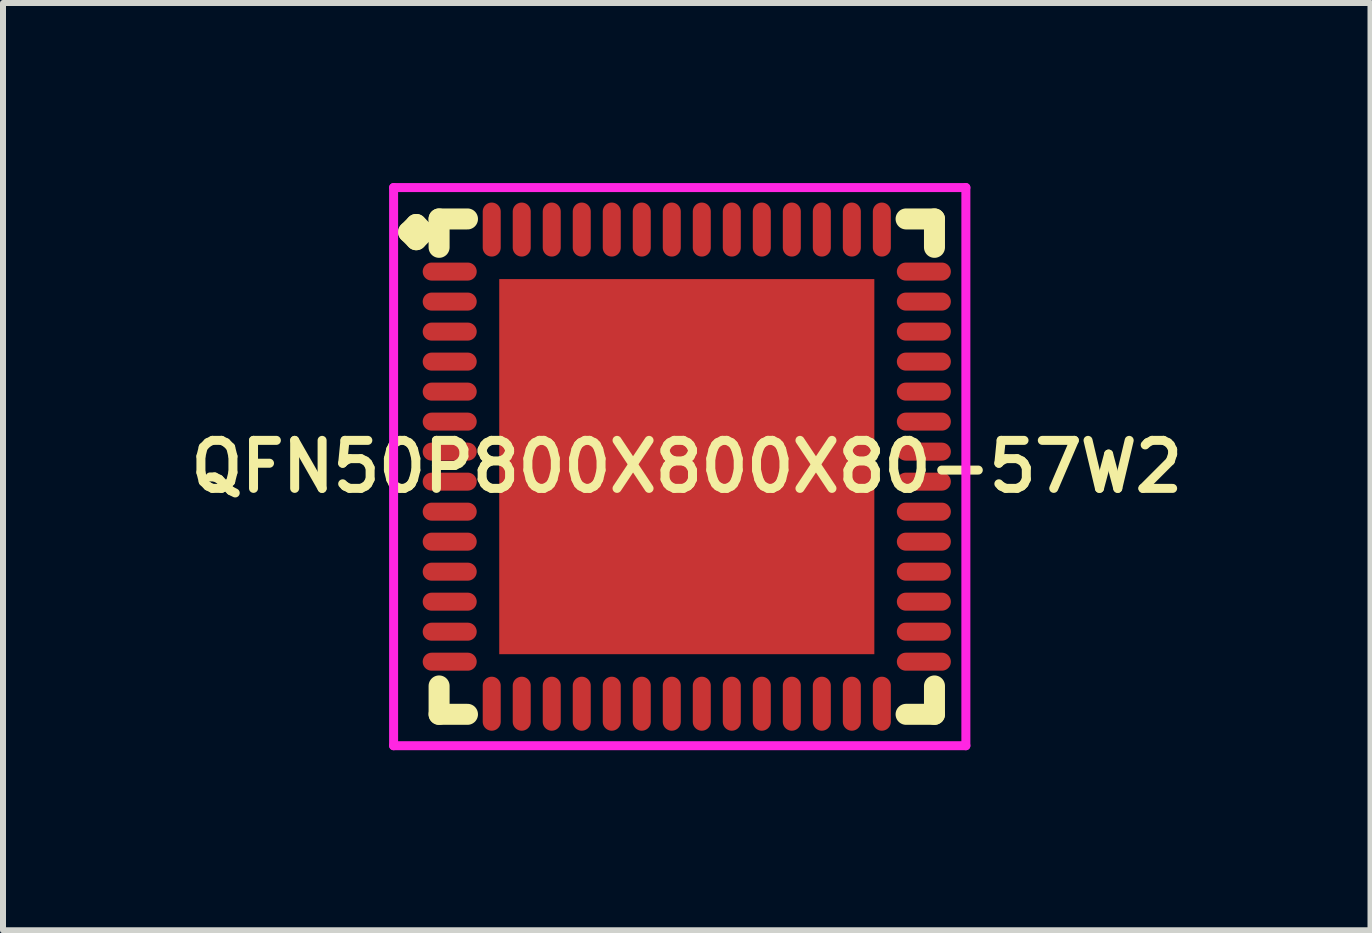
<source format=kicad_pcb>
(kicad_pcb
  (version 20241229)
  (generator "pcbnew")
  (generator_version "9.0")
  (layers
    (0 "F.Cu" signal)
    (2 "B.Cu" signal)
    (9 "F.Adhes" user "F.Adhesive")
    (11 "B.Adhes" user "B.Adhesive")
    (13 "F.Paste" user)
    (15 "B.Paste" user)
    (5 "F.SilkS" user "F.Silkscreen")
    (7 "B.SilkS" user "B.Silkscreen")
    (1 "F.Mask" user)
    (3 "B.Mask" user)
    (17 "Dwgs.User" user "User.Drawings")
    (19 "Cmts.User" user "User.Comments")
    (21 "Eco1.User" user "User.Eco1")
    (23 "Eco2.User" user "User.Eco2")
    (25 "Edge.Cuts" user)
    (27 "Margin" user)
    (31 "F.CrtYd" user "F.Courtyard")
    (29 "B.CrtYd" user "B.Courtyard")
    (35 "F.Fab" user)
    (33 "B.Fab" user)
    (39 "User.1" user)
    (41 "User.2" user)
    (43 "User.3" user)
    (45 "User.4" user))
  (footprint "QFN50P800X800X80-57W2"
    (layer "F.Cu")
    (at 8.393 4.725)
    (property "Reference" "QFN50P800X800X80-57W2" (at 0 0 0) (layer "F.SilkS") (effects (font (size 0.8 0.8) (thickness 0.15))))
    (attr smd)
    (fp_line (start -4.635 -3.908) (end -4.508 -4.035) (stroke (width 0.35) (type solid)) (layer "F.SilkS"))
    (fp_line (start -4.508 -4.035) (end -4.381 -3.908) (stroke (width 0.35) (type solid)) (layer "F.SilkS"))
    (fp_line (start -4.508 -3.781) (end -4.635 -3.908) (stroke (width 0.35) (type solid)) (layer "F.SilkS"))
    (fp_line (start -4.381 -3.908) (end -4.508 -3.781) (stroke (width 0.35) (type solid)) (layer "F.SilkS"))
    (fp_line (start -4.127 -4.127) (end -3.654 -4.127) (stroke (width 0.35) (type solid)) (layer "F.SilkS"))
    (fp_line (start -4.127 -3.654) (end -4.127 -4.127) (stroke (width 0.35) (type solid)) (layer "F.SilkS"))
    (fp_line (start -4.127 3.654) (end -4.127 4.127) (stroke (width 0.35) (type solid)) (layer "F.SilkS"))
    (fp_line (start -4.127 4.127) (end -3.654 4.127) (stroke (width 0.35) (type solid)) (layer "F.SilkS"))
    (fp_line (start 3.654 -4.127) (end 4.127 -4.127) (stroke (width 0.35) (type solid)) (layer "F.SilkS"))
    (fp_line (start 3.654 4.127) (end 4.127 4.127) (stroke (width 0.35) (type solid)) (layer "F.SilkS"))
    (fp_line (start 4.127 -4.127) (end 4.127 -3.654) (stroke (width 0.35) (type solid)) (layer "F.SilkS"))
    (fp_line (start 4.127 4.127) (end 4.127 3.654) (stroke (width 0.35) (type solid)) (layer "F.SilkS"))
    (fp_line (start -4.885 -4.65) (end 4.65 -4.65) (stroke (width 0.15) (type solid)) (layer "F.CrtYd"))
    (fp_line (start -4.885 4.65) (end -4.885 -4.65) (stroke (width 0.15) (type solid)) (layer "F.CrtYd"))
    (fp_line (start 4.65 -4.65) (end 4.65 4.65) (stroke (width 0.15) (type solid)) (layer "F.CrtYd"))
    (fp_line (start 4.65 4.65) (end -4.885 4.65) (stroke (width 0.15) (type solid)) (layer "F.CrtYd"))
    (pad "1" smd oval (at -3.95 -3.25) (size 0.9 0.3) (layers "F.Cu" "F.Mask" "F.Paste"))
    (pad "2" smd oval (at -3.95 -2.75) (size 0.9 0.3) (layers "F.Cu" "F.Mask" "F.Paste"))
    (pad "3" smd oval (at -3.95 -2.25) (size 0.9 0.3) (layers "F.Cu" "F.Mask" "F.Paste"))
    (pad "4" smd oval (at -3.95 -1.75) (size 0.9 0.3) (layers "F.Cu" "F.Mask" "F.Paste"))
    (pad "5" smd oval (at -3.95 -1.25) (size 0.9 0.3) (layers "F.Cu" "F.Mask" "F.Paste"))
    (pad "6" smd oval (at -3.95 -0.75) (size 0.9 0.3) (layers "F.Cu" "F.Mask" "F.Paste"))
    (pad "7" smd oval (at -3.95 -0.25) (size 0.9 0.3) (layers "F.Cu" "F.Mask" "F.Paste"))
    (pad "8" smd oval (at -3.95 0.25) (size 0.9 0.3) (layers "F.Cu" "F.Mask" "F.Paste"))
    (pad "9" smd oval (at -3.95 0.75) (size 0.9 0.3) (layers "F.Cu" "F.Mask" "F.Paste"))
    (pad "10" smd oval (at -3.95 1.25) (size 0.9 0.3) (layers "F.Cu" "F.Mask" "F.Paste"))
    (pad "11" smd oval (at -3.95 1.75) (size 0.9 0.3) (layers "F.Cu" "F.Mask" "F.Paste"))
    (pad "12" smd oval (at -3.95 2.25) (size 0.9 0.3) (layers "F.Cu" "F.Mask" "F.Paste"))
    (pad "13" smd oval (at -3.95 2.75) (size 0.9 0.3) (layers "F.Cu" "F.Mask" "F.Paste"))
    (pad "14" smd oval (at -3.95 3.25) (size 0.9 0.3) (layers "F.Cu" "F.Mask" "F.Paste"))
    (pad "15" smd oval (at -3.25 3.95) (size 0.3 0.9) (layers "F.Cu" "F.Mask" "F.Paste"))
    (pad "16" smd oval (at -2.75 3.95) (size 0.3 0.9) (layers "F.Cu" "F.Mask" "F.Paste"))
    (pad "17" smd oval (at -2.25 3.95) (size 0.3 0.9) (layers "F.Cu" "F.Mask" "F.Paste"))
    (pad "18" smd oval (at -1.75 3.95) (size 0.3 0.9) (layers "F.Cu" "F.Mask" "F.Paste"))
    (pad "19" smd oval (at -1.25 3.95) (size 0.3 0.9) (layers "F.Cu" "F.Mask" "F.Paste"))
    (pad "20" smd oval (at -0.75 3.95) (size 0.3 0.9) (layers "F.Cu" "F.Mask" "F.Paste"))
    (pad "21" smd oval (at -0.25 3.95) (size 0.3 0.9) (layers "F.Cu" "F.Mask" "F.Paste"))
    (pad "22" smd oval (at 0.25 3.95) (size 0.3 0.9) (layers "F.Cu" "F.Mask" "F.Paste"))
    (pad "23" smd oval (at 0.75 3.95) (size 0.3 0.9) (layers "F.Cu" "F.Mask" "F.Paste"))
    (pad "24" smd oval (at 1.25 3.95) (size 0.3 0.9) (layers "F.Cu" "F.Mask" "F.Paste"))
    (pad "25" smd oval (at 1.75 3.95) (size 0.3 0.9) (layers "F.Cu" "F.Mask" "F.Paste"))
    (pad "26" smd oval (at 2.25 3.95) (size 0.3 0.9) (layers "F.Cu" "F.Mask" "F.Paste"))
    (pad "27" smd oval (at 2.75 3.95) (size 0.3 0.9) (layers "F.Cu" "F.Mask" "F.Paste"))
    (pad "28" smd oval (at 3.25 3.95) (size 0.3 0.9) (layers "F.Cu" "F.Mask" "F.Paste"))
    (pad "29" smd oval (at 3.95 3.25) (size 0.9 0.3) (layers "F.Cu" "F.Mask" "F.Paste"))
    (pad "30" smd oval (at 3.95 2.75) (size 0.9 0.3) (layers "F.Cu" "F.Mask" "F.Paste"))
    (pad "31" smd oval (at 3.95 2.25) (size 0.9 0.3) (layers "F.Cu" "F.Mask" "F.Paste"))
    (pad "32" smd oval (at 3.95 1.75) (size 0.9 0.3) (layers "F.Cu" "F.Mask" "F.Paste"))
    (pad "33" smd oval (at 3.95 1.25) (size 0.9 0.3) (layers "F.Cu" "F.Mask" "F.Paste"))
    (pad "34" smd oval (at 3.95 0.75) (size 0.9 0.3) (layers "F.Cu" "F.Mask" "F.Paste"))
    (pad "35" smd oval (at 3.95 0.25) (size 0.9 0.3) (layers "F.Cu" "F.Mask" "F.Paste"))
    (pad "36" smd oval (at 3.95 -0.25) (size 0.9 0.3) (layers "F.Cu" "F.Mask" "F.Paste"))
    (pad "37" smd oval (at 3.95 -0.75) (size 0.9 0.3) (layers "F.Cu" "F.Mask" "F.Paste"))
    (pad "38" smd oval (at 3.95 -1.25) (size 0.9 0.3) (layers "F.Cu" "F.Mask" "F.Paste"))
    (pad "39" smd oval (at 3.95 -1.75) (size 0.9 0.3) (layers "F.Cu" "F.Mask" "F.Paste"))
    (pad "40" smd oval (at 3.95 -2.25) (size 0.9 0.3) (layers "F.Cu" "F.Mask" "F.Paste"))
    (pad "41" smd oval (at 3.95 -2.75) (size 0.9 0.3) (layers "F.Cu" "F.Mask" "F.Paste"))
    (pad "42" smd oval (at 3.95 -3.25) (size 0.9 0.3) (layers "F.Cu" "F.Mask" "F.Paste"))
    (pad "43" smd oval (at 3.25 -3.95) (size 0.3 0.9) (layers "F.Cu" "F.Mask" "F.Paste"))
    (pad "44" smd oval (at 2.75 -3.95) (size 0.3 0.9) (layers "F.Cu" "F.Mask" "F.Paste"))
    (pad "45" smd oval (at 2.25 -3.95) (size 0.3 0.9) (layers "F.Cu" "F.Mask" "F.Paste"))
    (pad "46" smd oval (at 1.75 -3.95) (size 0.3 0.9) (layers "F.Cu" "F.Mask" "F.Paste"))
    (pad "47" smd oval (at 1.25 -3.95) (size 0.3 0.9) (layers "F.Cu" "F.Mask" "F.Paste"))
    (pad "48" smd oval (at 0.75 -3.95) (size 0.3 0.9) (layers "F.Cu" "F.Mask" "F.Paste"))
    (pad "49" smd oval (at 0.25 -3.95) (size 0.3 0.9) (layers "F.Cu" "F.Mask" "F.Paste"))
    (pad "50" smd oval (at -0.25 -3.95) (size 0.3 0.9) (layers "F.Cu" "F.Mask" "F.Paste"))
    (pad "51" smd oval (at -0.75 -3.95) (size 0.3 0.9) (layers "F.Cu" "F.Mask" "F.Paste"))
    (pad "52" smd oval (at -1.25 -3.95) (size 0.3 0.9) (layers "F.Cu" "F.Mask" "F.Paste"))
    (pad "53" smd oval (at -1.75 -3.95) (size 0.3 0.9) (layers "F.Cu" "F.Mask" "F.Paste"))
    (pad "54" smd oval (at -2.25 -3.95) (size 0.3 0.9) (layers "F.Cu" "F.Mask" "F.Paste"))
    (pad "55" smd oval (at -2.75 -3.95) (size 0.3 0.9) (layers "F.Cu" "F.Mask" "F.Paste"))
    (pad "56" smd oval (at -3.25 -3.95) (size 0.3 0.9) (layers "F.Cu" "F.Mask" "F.Paste"))
    (pad "57" smd rect (at 0 0) (size 6.25 6.25) (layers "F.Cu" "F.Mask" "F.Paste")))
  (gr_rect
    (start -3 -3)
    (end 19.785 12.45)
    (stroke (width 0.1) (type default))
    (fill no)
    (layer "Edge.Cuts")))
</source>
